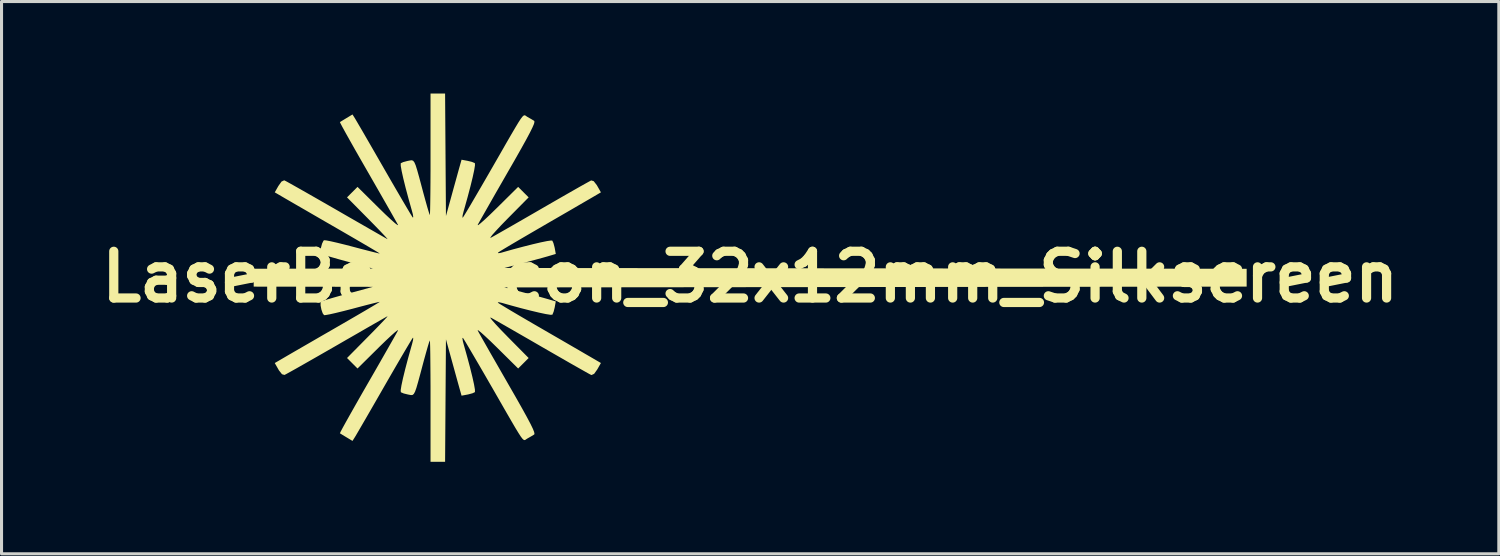
<source format=kicad_pcb>
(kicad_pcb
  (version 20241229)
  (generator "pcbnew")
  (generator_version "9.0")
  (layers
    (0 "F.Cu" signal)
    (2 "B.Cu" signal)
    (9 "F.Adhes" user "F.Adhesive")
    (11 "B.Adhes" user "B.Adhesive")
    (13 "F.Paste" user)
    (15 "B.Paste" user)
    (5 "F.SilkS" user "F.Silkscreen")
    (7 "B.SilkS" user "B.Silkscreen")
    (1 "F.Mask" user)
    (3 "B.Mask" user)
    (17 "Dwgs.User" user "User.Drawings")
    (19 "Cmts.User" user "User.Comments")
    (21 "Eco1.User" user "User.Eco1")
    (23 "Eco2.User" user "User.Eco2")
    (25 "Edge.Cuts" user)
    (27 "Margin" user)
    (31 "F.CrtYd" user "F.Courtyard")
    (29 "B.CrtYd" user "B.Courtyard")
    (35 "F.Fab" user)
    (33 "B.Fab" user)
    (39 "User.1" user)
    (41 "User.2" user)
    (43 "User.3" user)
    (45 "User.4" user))
  (footprint "LaserBeamIcon_32x12mm_Silkscreen"
    (layer "F.Cu")
    (at 21.416 5.98)
    (property "Reference" "LaserBeamIcon_32x12mm_Silkscreen" (at 0 0 0) (layer "F.SilkS") (effects (font (size 1.524 1.524) (thickness 0.3))))
    (attr exclude_from_pos_files exclude_from_bom)
    (fp_poly (pts (xy -9.936 -3.982) (xy -9.922 -1.984) (xy -9.747 -2.619) (xy -9.671 -2.896) (xy -9.596 -3.165) (xy -9.533 -3.394) (xy -9.493 -3.538) (xy -9.413 -3.821) (xy -9.218 -3.785) (xy -9.078 -3.751) (xy -8.986 -3.713) (xy -8.978 -3.707) (xy -8.975 -3.64) (xy -9 -3.484) (xy -9.05 -3.251) (xy -9.123 -2.953) (xy -9.216 -2.601) (xy -9.326 -2.207) (xy -9.344 -2.145) (xy -9.378 -2.009) (xy -9.384 -1.936) (xy -9.371 -1.934) (xy -9.334 -1.99) (xy -9.25 -2.128) (xy -9.127 -2.334) (xy -8.972 -2.6) (xy -8.789 -2.913) (xy -8.587 -3.262) (xy -8.439 -3.519) (xy -8.178 -3.972) (xy -7.966 -4.343) (xy -7.796 -4.637) (xy -7.662 -4.865) (xy -7.561 -5.033) (xy -7.485 -5.15) (xy -7.43 -5.223) (xy -7.389 -5.261) (xy -7.358 -5.271) (xy -7.33 -5.262) (xy -7.301 -5.241) (xy -7.264 -5.216) (xy -7.261 -5.215) (xy -7.133 -5.142) (xy -7.044 -5.088) (xy -7.035 -5.056) (xy -7.052 -4.986) (xy -7.102 -4.87) (xy -7.186 -4.7) (xy -7.31 -4.468) (xy -7.478 -4.166) (xy -7.692 -3.788) (xy -7.897 -3.432) (xy -8.115 -3.052) (xy -8.32 -2.696) (xy -8.502 -2.376) (xy -8.657 -2.104) (xy -8.778 -1.891) (xy -8.858 -1.749) (xy -8.888 -1.693) (xy -8.874 -1.686) (xy -8.796 -1.746) (xy -8.663 -1.863) (xy -8.487 -2.028) (xy -8.277 -2.233) (xy -8.261 -2.248) (xy -7.567 -2.935) (xy -7.225 -2.593) (xy -7.912 -1.899) (xy -8.119 -1.687) (xy -8.287 -1.507) (xy -8.408 -1.372) (xy -8.471 -1.289) (xy -8.469 -1.271) (xy -8.467 -1.272) (xy -8.39 -1.314) (xy -8.234 -1.402) (xy -8.01 -1.53) (xy -7.73 -1.69) (xy -7.405 -1.877) (xy -7.048 -2.083) (xy -6.799 -2.227) (xy -6.43 -2.44) (xy -6.088 -2.637) (xy -5.785 -2.81) (xy -5.532 -2.954) (xy -5.339 -3.062) (xy -5.219 -3.128) (xy -5.185 -3.146) (xy -5.103 -3.121) (xy -5.003 -2.993) (xy -4.987 -2.966) (xy -4.868 -2.757) (xy -5.225 -2.548) (xy -5.367 -2.466) (xy -5.584 -2.34) (xy -5.86 -2.179) (xy -6.18 -1.994) (xy -6.526 -1.794) (xy -6.879 -1.589) (xy -7.216 -1.393) (xy -7.524 -1.213) (xy -7.791 -1.056) (xy -8.004 -0.929) (xy -8.152 -0.839) (xy -8.222 -0.793) (xy -8.225 -0.791) (xy -8.214 -0.772) (xy -8.127 -0.786) (xy -8.093 -0.796) (xy -7.74 -0.896) (xy -7.401 -0.986) (xy -7.092 -1.064) (xy -6.828 -1.126) (xy -6.623 -1.168) (xy -6.493 -1.186) (xy -6.454 -1.182) (xy -6.417 -1.104) (xy -6.381 -0.97) (xy -6.375 -0.943) (xy -6.34 -0.748) (xy -6.596 -0.672) (xy -6.755 -0.627) (xy -6.983 -0.565) (xy -7.245 -0.494) (xy -7.435 -0.444) (xy -8.017 -0.291) (xy 4.088 -0.278) (xy 16.192 -0.264) (xy 16.192 0.317) (xy 4.088 0.331) (xy -8.017 0.344) (xy -7.435 0.497) (xy -7.17 0.567) (xy -6.914 0.636) (xy -6.702 0.695) (xy -6.596 0.725) (xy -6.34 0.801) (xy -6.375 0.996) (xy -6.41 1.135) (xy -6.448 1.227) (xy -6.454 1.235) (xy -6.518 1.236) (xy -6.668 1.212) (xy -6.889 1.165) (xy -7.166 1.099) (xy -7.484 1.018) (xy -7.828 0.924) (xy -8.093 0.849) (xy -8.197 0.826) (xy -8.231 0.835) (xy -8.225 0.844) (xy -8.168 0.882) (xy -8.031 0.965) (xy -7.827 1.088) (xy -7.568 1.241) (xy -7.265 1.418) (xy -6.932 1.612) (xy -6.879 1.642) (xy -6.522 1.849) (xy -6.176 2.049) (xy -5.857 2.234) (xy -5.581 2.394) (xy -5.365 2.52) (xy -5.225 2.601) (xy -4.868 2.809) (xy -4.987 3.019) (xy -5.089 3.162) (xy -5.174 3.201) (xy -5.185 3.198) (xy -5.248 3.166) (xy -5.391 3.086) (xy -5.603 2.966) (xy -5.873 2.813) (xy -6.189 2.631) (xy -6.541 2.429) (xy -6.799 2.28) (xy -7.17 2.065) (xy -7.518 1.865) (xy -7.829 1.686) (xy -8.091 1.536) (xy -8.294 1.421) (xy -8.425 1.347) (xy -8.467 1.325) (xy -8.474 1.339) (xy -8.414 1.417) (xy -8.297 1.549) (xy -8.132 1.726) (xy -7.927 1.936) (xy -7.912 1.952) (xy -7.225 2.646) (xy -7.567 2.988) (xy -8.261 2.301) (xy -8.473 2.094) (xy -8.653 1.926) (xy -8.788 1.805) (xy -8.871 1.741) (xy -8.889 1.743) (xy -8.888 1.746) (xy -8.847 1.822) (xy -8.759 1.978) (xy -8.631 2.203) (xy -8.471 2.485) (xy -8.283 2.812) (xy -8.076 3.173) (xy -7.897 3.485) (xy -7.642 3.929) (xy -7.438 4.29) (xy -7.28 4.576) (xy -7.165 4.794) (xy -7.088 4.952) (xy -7.046 5.058) (xy -7.035 5.119) (xy -7.044 5.141) (xy -7.143 5.201) (xy -7.261 5.268) (xy -7.299 5.292) (xy -7.328 5.313) (xy -7.356 5.324) (xy -7.387 5.315) (xy -7.427 5.279) (xy -7.481 5.208) (xy -7.555 5.094) (xy -7.655 4.93) (xy -7.786 4.706) (xy -7.954 4.416) (xy -8.164 4.05) (xy -8.421 3.602) (xy -8.439 3.572) (xy -8.651 3.204) (xy -8.848 2.865) (xy -9.023 2.566) (xy -9.169 2.317) (xy -9.28 2.13) (xy -9.35 2.017) (xy -9.371 1.987) (xy -9.385 2.002) (xy -9.371 2.097) (xy -9.344 2.198) (xy -9.232 2.597) (xy -9.136 2.956) (xy -9.06 3.263) (xy -9.006 3.507) (xy -8.977 3.675) (xy -8.976 3.756) (xy -8.978 3.759) (xy -9.056 3.796) (xy -9.19 3.832) (xy -9.218 3.838) (xy -9.413 3.874) (xy -9.493 3.59) (xy -9.539 3.425) (xy -9.604 3.19) (xy -9.679 2.918) (xy -9.747 2.672) (xy -9.922 2.037) (xy -9.936 4.035) (xy -9.95 6.032) (xy -10.425 6.032) (xy -10.425 4.039) (xy -10.425 3.593) (xy -10.427 3.183) (xy -10.43 2.82) (xy -10.433 2.516) (xy -10.437 2.282) (xy -10.442 2.13) (xy -10.448 2.07) (xy -10.448 2.07) (xy -10.47 2.127) (xy -10.513 2.267) (xy -10.571 2.471) (xy -10.64 2.72) (xy -10.663 2.806) (xy -10.758 3.163) (xy -10.831 3.43) (xy -10.886 3.62) (xy -10.931 3.746) (xy -10.971 3.818) (xy -11.012 3.851) (xy -11.06 3.855) (xy -11.121 3.844) (xy -11.158 3.837) (xy -11.297 3.803) (xy -11.387 3.765) (xy -11.394 3.759) (xy -11.398 3.693) (xy -11.373 3.537) (xy -11.323 3.304) (xy -11.25 3.006) (xy -11.157 2.654) (xy -11.047 2.26) (xy -11.029 2.198) (xy -10.995 2.062) (xy -10.989 1.989) (xy -11.002 1.987) (xy -11.04 2.043) (xy -11.123 2.181) (xy -11.246 2.388) (xy -11.402 2.653) (xy -11.584 2.966) (xy -11.786 3.315) (xy -11.934 3.572) (xy -12.147 3.943) (xy -12.347 4.29) (xy -12.526 4.6) (xy -12.677 4.86) (xy -12.794 5.061) (xy -12.869 5.189) (xy -12.893 5.228) (xy -12.97 5.35) (xy -13.166 5.232) (xy -13.29 5.157) (xy -13.369 5.108) (xy -13.38 5.101) (xy -13.359 5.053) (xy -13.291 4.925) (xy -13.181 4.726) (xy -13.036 4.467) (xy -12.861 4.158) (xy -12.663 3.81) (xy -12.475 3.483) (xy -12.256 3.103) (xy -12.052 2.747) (xy -11.87 2.428) (xy -11.715 2.156) (xy -11.594 1.943) (xy -11.515 1.801) (xy -11.485 1.746) (xy -11.499 1.739) (xy -11.577 1.799) (xy -11.709 1.916) (xy -11.886 2.081) (xy -12.096 2.285) (xy -12.112 2.301) (xy -12.806 2.988) (xy -13.148 2.646) (xy -12.461 1.951) (xy -12.248 1.734) (xy -12.068 1.548) (xy -11.93 1.403) (xy -11.846 1.311) (xy -11.826 1.282) (xy -11.827 1.282) (xy -11.884 1.314) (xy -12.021 1.392) (xy -12.229 1.511) (xy -12.496 1.664) (xy -12.811 1.846) (xy -13.165 2.049) (xy -13.494 2.239) (xy -13.872 2.456) (xy -14.223 2.657) (xy -14.537 2.836) (xy -14.801 2.986) (xy -15.005 3.1) (xy -15.138 3.173) (xy -15.187 3.198) (xy -15.269 3.175) (xy -15.368 3.05) (xy -15.386 3.019) (xy -15.505 2.81) (xy -15.2 2.632) (xy -15.077 2.56) (xy -14.877 2.444) (xy -14.614 2.292) (xy -14.302 2.112) (xy -13.957 1.912) (xy -13.592 1.702) (xy -13.483 1.639) (xy -13.134 1.437) (xy -12.817 1.253) (xy -12.543 1.093) (xy -12.323 0.963) (xy -12.168 0.87) (xy -12.089 0.821) (xy -12.081 0.814) (xy -12.133 0.824) (xy -12.27 0.857) (xy -12.476 0.909) (xy -12.733 0.976) (xy -12.965 1.038) (xy -13.256 1.113) (xy -13.513 1.176) (xy -13.717 1.222) (xy -13.852 1.246) (xy -13.897 1.248) (xy -13.942 1.187) (xy -13.984 1.066) (xy -14.01 0.932) (xy -14.01 0.829) (xy -14 0.806) (xy -13.941 0.783) (xy -13.798 0.738) (xy -13.588 0.676) (xy -13.329 0.603) (xy -13.137 0.551) (xy -12.303 0.325) (xy -14.248 0.321) (xy -16.192 0.318) (xy -16.192 -0.265) (xy -14.248 -0.268) (xy -12.303 -0.272) (xy -13.137 -0.498) (xy -13.418 -0.575) (xy -13.663 -0.645) (xy -13.853 -0.702) (xy -13.971 -0.74) (xy -14 -0.753) (xy -14.014 -0.827) (xy -13.998 -0.953) (xy -13.962 -1.085) (xy -13.917 -1.178) (xy -13.897 -1.195) (xy -13.829 -1.19) (xy -13.676 -1.16) (xy -13.458 -1.11) (xy -13.191 -1.044) (xy -12.965 -0.985) (xy -12.678 -0.909) (xy -12.429 -0.845) (xy -12.236 -0.796) (xy -12.115 -0.767) (xy -12.081 -0.761) (xy -12.122 -0.789) (xy -12.244 -0.863) (xy -12.436 -0.977) (xy -12.687 -1.124) (xy -12.986 -1.298) (xy -13.322 -1.493) (xy -13.483 -1.586) (xy -13.851 -1.798) (xy -14.203 -2.002) (xy -14.526 -2.189) (xy -14.805 -2.35) (xy -15.026 -2.478) (xy -15.173 -2.563) (xy -15.2 -2.579) (xy -15.505 -2.757) (xy -15.386 -2.966) (xy -15.284 -3.109) (xy -15.2 -3.148) (xy -15.187 -3.145) (xy -15.124 -3.113) (xy -14.98 -3.033) (xy -14.767 -2.913) (xy -14.495 -2.759) (xy -14.176 -2.577) (xy -13.82 -2.373) (xy -13.494 -2.186) (xy -13.117 -1.968) (xy -12.768 -1.768) (xy -12.458 -1.59) (xy -12.198 -1.441) (xy -11.999 -1.327) (xy -11.871 -1.254) (xy -11.827 -1.229) (xy -11.845 -1.256) (xy -11.928 -1.347) (xy -12.064 -1.491) (xy -12.243 -1.676) (xy -12.455 -1.892) (xy -12.461 -1.898) (xy -13.148 -2.593) (xy -12.806 -2.935) (xy -12.112 -2.248) (xy -11.9 -2.041) (xy -11.72 -1.873) (xy -11.584 -1.752) (xy -11.502 -1.689) (xy -11.483 -1.691) (xy -11.485 -1.693) (xy -11.526 -1.769) (xy -11.614 -1.925) (xy -11.741 -2.15) (xy -11.902 -2.432) (xy -12.089 -2.759) (xy -12.296 -3.12) (xy -12.474 -3.43) (xy -12.689 -3.804) (xy -12.885 -4.147) (xy -13.056 -4.45) (xy -13.197 -4.702) (xy -13.302 -4.893) (xy -13.364 -5.011) (xy -13.38 -5.048) (xy -13.327 -5.081) (xy -13.217 -5.148) (xy -13.166 -5.179) (xy -12.97 -5.297) (xy -12.893 -5.175) (xy -12.849 -5.101) (xy -12.759 -4.947) (xy -12.629 -4.725) (xy -12.468 -4.446) (xy -12.281 -4.122) (xy -12.076 -3.766) (xy -11.934 -3.519) (xy -11.722 -3.151) (xy -11.525 -2.812) (xy -11.35 -2.512) (xy -11.204 -2.264) (xy -11.093 -2.077) (xy -11.023 -1.964) (xy -11.002 -1.934) (xy -10.988 -1.949) (xy -11.002 -2.044) (xy -11.029 -2.145) (xy -11.141 -2.544) (xy -11.237 -2.903) (xy -11.313 -3.21) (xy -11.367 -3.454) (xy -11.396 -3.622) (xy -11.397 -3.703) (xy -11.394 -3.707) (xy -11.317 -3.743) (xy -11.183 -3.779) (xy -11.158 -3.784) (xy -11.088 -3.798) (xy -11.035 -3.803) (xy -10.991 -3.786) (xy -10.951 -3.734) (xy -10.909 -3.637) (xy -10.86 -3.48) (xy -10.796 -3.252) (xy -10.713 -2.941) (xy -10.663 -2.753) (xy -10.592 -2.494) (xy -10.53 -2.273) (xy -10.481 -2.111) (xy -10.453 -2.025) (xy -10.448 -2.017) (xy -10.443 -2.062) (xy -10.438 -2.202) (xy -10.434 -2.426) (xy -10.43 -2.72) (xy -10.427 -3.076) (xy -10.425 -3.48) (xy -10.425 -3.922) (xy -10.425 -3.986) (xy -10.425 -5.98) (xy -9.95 -5.98)) (stroke (width 0) (type solid)) (fill yes) (layer "F.SilkS")))
  (gr_rect
    (start -3 -3)
    (end 45.832 15.012)
    (stroke (width 0.1) (type default))
    (fill no)
    (layer "Edge.Cuts")))
</source>
